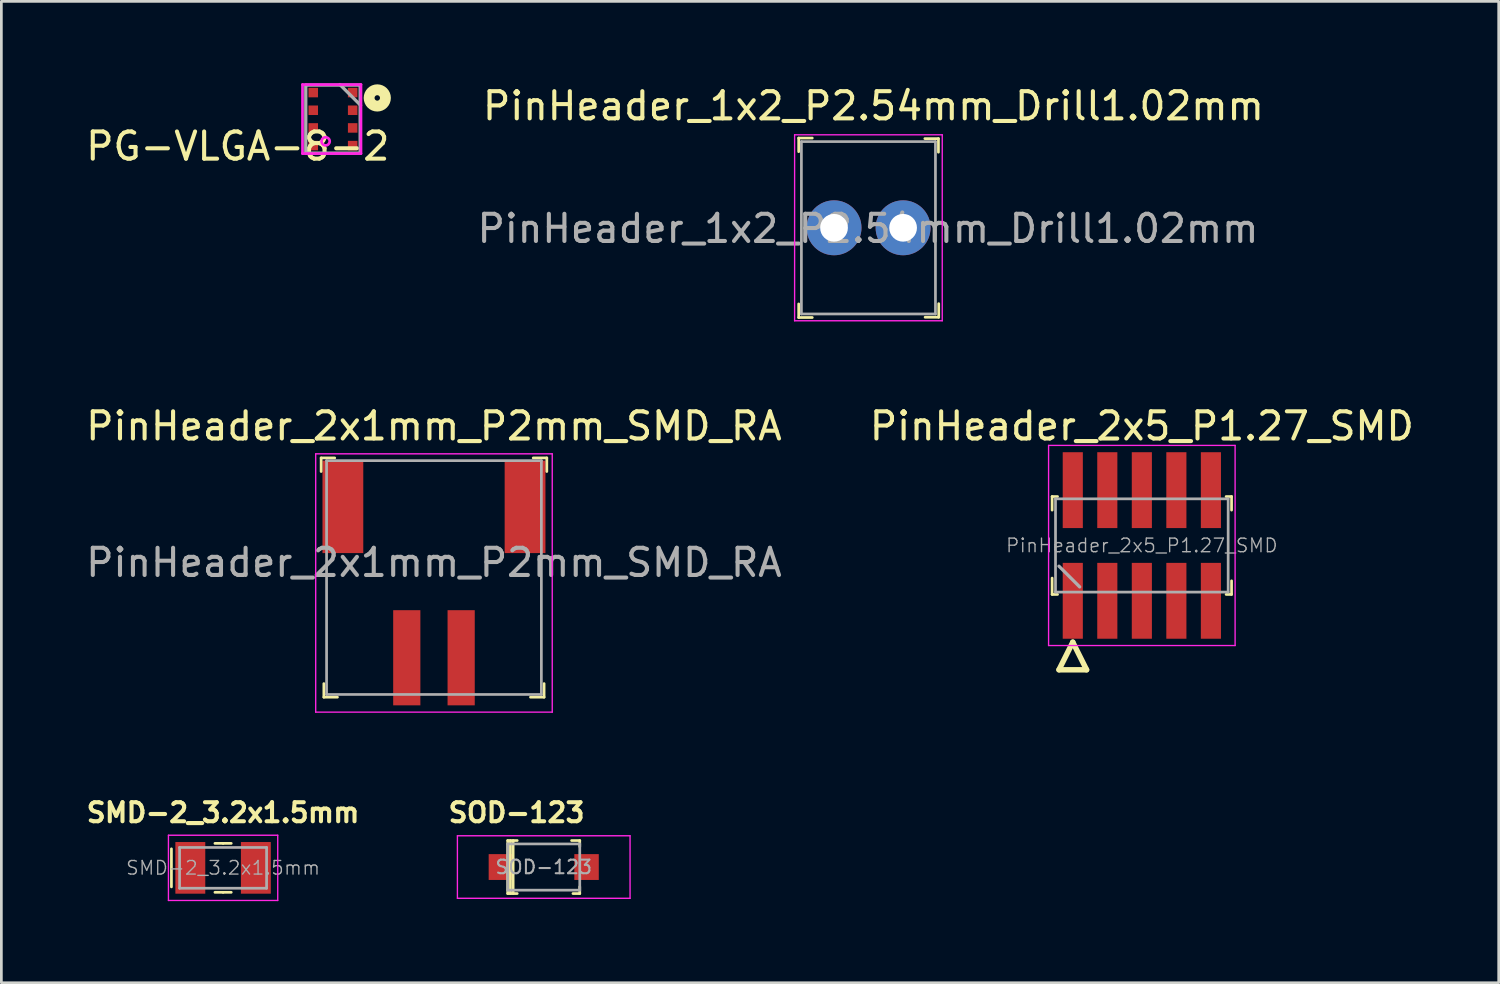
<source format=kicad_pcb>
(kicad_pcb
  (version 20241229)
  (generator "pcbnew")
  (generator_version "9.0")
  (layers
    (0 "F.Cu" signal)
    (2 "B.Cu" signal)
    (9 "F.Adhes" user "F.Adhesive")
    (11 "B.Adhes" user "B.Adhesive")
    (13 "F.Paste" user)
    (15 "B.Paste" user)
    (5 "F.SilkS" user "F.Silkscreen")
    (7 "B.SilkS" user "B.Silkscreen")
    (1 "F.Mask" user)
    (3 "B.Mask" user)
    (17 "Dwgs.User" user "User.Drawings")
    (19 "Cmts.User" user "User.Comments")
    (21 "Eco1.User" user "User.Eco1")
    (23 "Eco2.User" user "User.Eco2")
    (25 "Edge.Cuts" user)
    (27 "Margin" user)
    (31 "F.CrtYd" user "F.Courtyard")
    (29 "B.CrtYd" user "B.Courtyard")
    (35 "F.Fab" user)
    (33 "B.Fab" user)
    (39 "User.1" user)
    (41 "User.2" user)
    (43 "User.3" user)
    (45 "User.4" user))
  (footprint "PinHeader_2x1mm_P2mm_SMD_RA"
    (layer "F.Cu")
    (at 12.911 21.142)
    (property "Reference" "PinHeader_2x1mm_P2mm_SMD_RA" (at 0 -8.52 0) (layer "F.SilkS") (effects (font (size 1 1) (thickness 0.15))))
    (attr smd)
    (fp_line (start -4.15 -7.35) (end -4.15 -6.85) (stroke (width 0.1) (type solid)) (layer "F.SilkS"))
    (fp_line (start -4.15 -7.35) (end -3.65 -7.35) (stroke (width 0.1) (type solid)) (layer "F.SilkS"))
    (fp_line (start -4.05 1.45) (end -4.05 0.95) (stroke (width 0.1) (type solid)) (layer "F.SilkS"))
    (fp_line (start -4.05 1.45) (end -3.55 1.45) (stroke (width 0.1) (type solid)) (layer "F.SilkS"))
    (fp_line (start 4.05 1.45) (end 3.55 1.45) (stroke (width 0.1) (type solid)) (layer "F.SilkS"))
    (fp_line (start 4.05 1.45) (end 4.05 0.95) (stroke (width 0.1) (type solid)) (layer "F.SilkS"))
    (fp_line (start 4.15 -7.35) (end 3.65 -7.35) (stroke (width 0.1) (type solid)) (layer "F.SilkS"))
    (fp_line (start 4.15 -7.35) (end 4.15 -6.85) (stroke (width 0.1) (type solid)) (layer "F.SilkS"))
    (fp_line (start -4.35 -7.5) (end -4.35 2) (stroke (width 0.05) (type solid)) (layer "F.CrtYd"))
    (fp_line (start 4.35 -7.5) (end -4.35 -7.5) (stroke (width 0.05) (type solid)) (layer "F.CrtYd"))
    (fp_line (start 4.35 -7.5) (end 4.35 2) (stroke (width 0.05) (type solid)) (layer "F.CrtYd"))
    (fp_line (start 4.35 2) (end -4.35 2) (stroke (width 0.05) (type solid)) (layer "F.CrtYd"))
    (fp_line (start -3.95 -7.25) (end -3.95 1.35) (stroke (width 0.1) (type solid)) (layer "F.Fab"))
    (fp_line (start -3.95 -7.25) (end 3.95 -7.25) (stroke (width 0.1) (type solid)) (layer "F.Fab"))
    (fp_line (start -3.95 1.35) (end 3.95 1.35) (stroke (width 0.1) (type solid)) (layer "F.Fab"))
    (fp_line (start 3.95 -7.25) (end 3.95 1.35) (stroke (width 0.1) (type solid)) (layer "F.Fab"))
    (fp_text user "${REFERENCE}" (at 0 -3.5 0) (layer "F.Fab") (effects (font (size 1 1) (thickness 0.15))))
    (pad "" smd rect (at -3.35 -5.55) (size 1.5 3.4) (layers "F.Cu" "F.Mask" "F.Paste"))
    (pad "" smd rect (at 3.35 -5.55) (size 1.5 3.4) (layers "F.Cu" "F.Mask" "F.Paste"))
    (pad "1" smd rect (at -1 0) (size 1 3.5) (layers "F.Cu" "F.Mask" "F.Paste"))
    (pad "2" smd rect (at 1 0) (size 1 3.5) (layers "F.Cu" "F.Mask" "F.Paste")))
  (footprint "PinHeader_2x5_P1.27_SMD"
    (layer "F.Cu")
    (at 38.946 17.012)
    (property "Reference" "PinHeader_2x5_P1.27_SMD" (at 0 -4.39 0) (layer "F.SilkS") (effects (font (size 1 1) (thickness 0.15))))
    (attr smd)
    (fp_line (start -3.3 -1.8) (end -3.3 -1.3) (stroke (width 0.1) (type solid)) (layer "F.SilkS"))
    (fp_line (start -3.3 1.8) (end -3.3 1.2) (stroke (width 0.1) (type solid)) (layer "F.SilkS"))
    (fp_line (start -3.1 -1.8) (end -3.3 -1.8) (stroke (width 0.1) (type solid)) (layer "F.SilkS"))
    (fp_line (start -3.1 1.8) (end -3.3 1.8) (stroke (width 0.1) (type solid)) (layer "F.SilkS"))
    (fp_line (start -3.048 4.572) (end -2.032 4.572) (stroke (width 0.2) (type solid)) (layer "F.SilkS"))
    (fp_line (start -2.54 3.556) (end -3.048 4.572) (stroke (width 0.2) (type solid)) (layer "F.SilkS"))
    (fp_line (start -2.032 4.572) (end -2.54 3.556) (stroke (width 0.2) (type solid)) (layer "F.SilkS"))
    (fp_line (start 3.1 -1.8) (end 3.3 -1.8) (stroke (width 0.1) (type solid)) (layer "F.SilkS"))
    (fp_line (start 3.1 1.8) (end 3.3 1.8) (stroke (width 0.1) (type solid)) (layer "F.SilkS"))
    (fp_line (start 3.3 -1.8) (end 3.3 -1.3) (stroke (width 0.1) (type solid)) (layer "F.SilkS"))
    (fp_line (start 3.3 1.8) (end 3.3 1.3) (stroke (width 0.1) (type solid)) (layer "F.SilkS"))
    (fp_line (start -3.43 -3.68) (end -3.43 3.68) (stroke (width 0.05) (type solid)) (layer "F.CrtYd"))
    (fp_line (start 3.43 -3.68) (end -3.43 -3.68) (stroke (width 0.05) (type solid)) (layer "F.CrtYd"))
    (fp_line (start 3.43 -3.68) (end 3.43 3.68) (stroke (width 0.05) (type solid)) (layer "F.CrtYd"))
    (fp_line (start 3.43 3.68) (end -3.43 3.68) (stroke (width 0.05) (type solid)) (layer "F.CrtYd"))
    (fp_line (start -3.175 -1.715) (end -3.175 1.715) (stroke (width 0.1) (type solid)) (layer "F.Fab"))
    (fp_line (start -3.175 -1.715) (end 3.175 -1.715) (stroke (width 0.1) (type solid)) (layer "F.Fab"))
    (fp_line (start -3.175 1.715) (end 3.175 1.715) (stroke (width 0.1) (type solid)) (layer "F.Fab"))
    (fp_line (start -3.048 0.762) (end -2.286 1.524) (stroke (width 0.12) (type solid)) (layer "F.Fab"))
    (fp_line (start 3.175 -1.715) (end 3.175 1.715) (stroke (width 0.1) (type solid)) (layer "F.Fab"))
    (fp_text user "${REFERENCE}" (at 0 0 0) (layer "F.Fab") (effects (font (size 0.5 0.5) (thickness 0.05))))
    (pad "1" smd rect (at -2.54 2.035) (size 0.74 2.79) (layers "F.Cu" "F.Mask" "F.Paste"))
    (pad "2" smd rect (at -2.54 -2.035) (size 0.74 2.79) (layers "F.Cu" "F.Mask" "F.Paste"))
    (pad "3" smd rect (at -1.27 2.035) (size 0.74 2.79) (layers "F.Cu" "F.Mask" "F.Paste"))
    (pad "4" smd rect (at -1.27 -2.035) (size 0.74 2.79) (layers "F.Cu" "F.Mask" "F.Paste"))
    (pad "5" smd rect (at 0 2.035) (size 0.74 2.79) (layers "F.Cu" "F.Mask" "F.Paste"))
    (pad "6" smd rect (at 0 -2.035) (size 0.74 2.79) (layers "F.Cu" "F.Mask" "F.Paste"))
    (pad "7" smd rect (at 1.27 2.035) (size 0.74 2.79) (layers "F.Cu" "F.Mask" "F.Paste"))
    (pad "8" smd rect (at 1.27 -2.035) (size 0.74 2.79) (layers "F.Cu" "F.Mask" "F.Paste"))
    (pad "9" smd rect (at 2.54 2.035) (size 0.74 2.79) (layers "F.Cu" "F.Mask" "F.Paste"))
    (pad "10" smd rect (at 2.54 -2.035) (size 0.74 2.79) (layers "F.Cu" "F.Mask" "F.Paste")))
  (footprint "SOD-123"
    (layer "F.Cu")
    (at 16.948 28.839)
    (property "Reference" "SOD-123" (at -1 -2 0) (layer "F.SilkS") (effects (font (size 0.7 0.7) (thickness 0.15))))
    (attr smd)
    (fp_line (start -1.325 -0.975) (end -1.325 0.975) (stroke (width 0.1) (type solid)) (layer "F.SilkS"))
    (fp_line (start -1.225 -0.975) (end -1.225 0.975) (stroke (width 0.1) (type solid)) (layer "F.SilkS"))
    (fp_line (start -1.125 -0.975) (end -1.125 0.975) (stroke (width 0.1) (type solid)) (layer "F.SilkS"))
    (fp_line (start -0.975 -0.975) (end -1.325 -0.975) (stroke (width 0.1) (type solid)) (layer "F.SilkS"))
    (fp_line (start -0.975 0.975) (end -1.325 0.975) (stroke (width 0.1) (type solid)) (layer "F.SilkS"))
    (fp_line (start 1.025 -0.975) (end 1.325 -0.975) (stroke (width 0.1) (type solid)) (layer "F.SilkS"))
    (fp_line (start 1.325 -0.975) (end 1.325 -0.75) (stroke (width 0.1) (type solid)) (layer "F.SilkS"))
    (fp_line (start 1.325 0.725) (end 1.325 0.975) (stroke (width 0.1) (type solid)) (layer "F.SilkS"))
    (fp_line (start 1.325 0.975) (end 1.075 0.975) (stroke (width 0.1) (type solid)) (layer "F.SilkS"))
    (fp_line (start -3.175 1.15) (end -3.175 -1.15) (stroke (width 0.05) (type solid)) (layer "F.CrtYd"))
    (fp_line (start 3.175 -1.15) (end -3.175 -1.15) (stroke (width 0.05) (type solid)) (layer "F.CrtYd"))
    (fp_line (start 3.175 -1.15) (end 3.175 1.15) (stroke (width 0.05) (type solid)) (layer "F.CrtYd"))
    (fp_line (start 3.175 1.15) (end -3.175 1.15) (stroke (width 0.05) (type solid)) (layer "F.CrtYd"))
    (fp_line (start -1.325 -0.85) (end -1.325 0.85) (stroke (width 0.1) (type solid)) (layer "F.Fab"))
    (fp_line (start -1.325 -0.85) (end 1.325 -0.85) (stroke (width 0.1) (type solid)) (layer "F.Fab"))
    (fp_line (start -1.325 0.85) (end 1.325 0.85) (stroke (width 0.1) (type solid)) (layer "F.Fab"))
    (fp_line (start 1.325 -0.85) (end 1.325 0.85) (stroke (width 0.1) (type solid)) (layer "F.Fab"))
    (fp_text user "${REFERENCE}" (at 0 0 0) (layer "F.Fab") (effects (font (size 0.5 0.5) (thickness 0.075))))
    (pad "A" smd rect (at 1.575 0) (size 0.9 0.95) (layers "F.Cu" "F.Mask" "F.Paste"))
    (pad "K" smd rect (at -1.575 0) (size 0.9 0.95) (layers "F.Cu" "F.Mask" "F.Paste")))
  (footprint "PG-VLGA-8-2"
    (layer "F.Cu")
    (at 9.196 1.33)
    (property "Reference" "PG-VLGA-8-2" (at -3.5 1 0) (layer "F.SilkS") (effects (font (size 1 1) (thickness 0.15))))
    (attr smd)
    (fp_circle (center 1.63 -0.778) (end 1.73 -0.778) (stroke (width 0.4) (type solid)) (fill no) (layer "F.SilkS"))
    (fp_line (start -1.12 -1.27) (end 1.03 -1.27) (stroke (width 0.1) (type solid)) (layer "F.CrtYd"))
    (fp_line (start -1.12 1.268) (end -1.12 -1.27) (stroke (width 0.1) (type solid)) (layer "F.CrtYd"))
    (fp_line (start 1.03 -1.27) (end 1.03 1.268) (stroke (width 0.1) (type solid)) (layer "F.CrtYd"))
    (fp_line (start 1.03 1.268) (end -1.12 1.268) (stroke (width 0.1) (type solid)) (layer "F.CrtYd"))
    (fp_circle (center -0.27 0.818) (end -0.12 0.818) (stroke (width 0.1) (type solid)) (fill no) (layer "F.CrtYd"))
    (fp_line (start -1 -1.25) (end 1 -1.25) (stroke (width 0.12) (type solid)) (layer "F.Fab"))
    (fp_line (start -1 1.25) (end -1 -1.25) (stroke (width 0.12) (type solid)) (layer "F.Fab"))
    (fp_line (start 0.254 -1.27) (end 1.016 -0.508) (stroke (width 0.12) (type solid)) (layer "F.Fab"))
    (fp_line (start 1 -1.25) (end 1 1.25) (stroke (width 0.12) (type solid)) (layer "F.Fab"))
    (fp_line (start 1 1.25) (end -1 1.25) (stroke (width 0.12) (type solid)) (layer "F.Fab"))
    (pad "1" smd rect (at 0.725 -0.975) (size 0.35 0.35) (layers "F.Cu" "F.Mask" "F.Paste"))
    (pad "2" smd rect (at 0.725 -0.325) (size 0.35 0.35) (layers "F.Cu" "F.Mask" "F.Paste"))
    (pad "3" smd rect (at 0.725 0.325) (size 0.35 0.35) (layers "F.Cu" "F.Mask" "F.Paste"))
    (pad "4" smd rect (at 0.725 0.975) (size 0.35 0.35) (layers "F.Cu" "F.Mask" "F.Paste"))
    (pad "5" smd rect (at -0.725 0.975) (size 0.35 0.35) (layers "F.Cu" "F.Mask" "F.Paste"))
    (pad "6" smd rect (at -0.725 0.325) (size 0.35 0.35) (layers "F.Cu" "F.Mask" "F.Paste"))
    (pad "7" smd rect (at -0.725 -0.325) (size 0.35 0.35) (layers "F.Cu" "F.Mask" "F.Paste"))
    (pad "8" smd rect (at -0.725 -0.975) (size 0.35 0.35) (layers "F.Cu" "F.Mask" "F.Paste")))
  (footprint "PinHeader_1x2_P2.54mm_Drill1.02mm"
    (layer "F.Cu")
    (at 27.625 5.328)
    (property "Reference" "PinHeader_1x2_P2.54mm_Drill1.02mm" (at 1.45 -4.48 0) (layer "F.SilkS") (effects (font (size 1 1) (thickness 0.15))))
    (attr through_hole)
    (fp_line (start -1.3 -3.3) (end -1.3 -2.8) (stroke (width 0.1) (type solid)) (layer "F.SilkS"))
    (fp_line (start -1.3 -3.3) (end -0.8 -3.3) (stroke (width 0.1) (type solid)) (layer "F.SilkS"))
    (fp_line (start -1.3 3.3) (end -1.3 2.8) (stroke (width 0.1) (type solid)) (layer "F.SilkS"))
    (fp_line (start -1.3 3.3) (end -0.8 3.3) (stroke (width 0.1) (type solid)) (layer "F.SilkS"))
    (fp_line (start 3.84 -3.28) (end 3.34 -3.28) (stroke (width 0.1) (type solid)) (layer "F.SilkS"))
    (fp_line (start 3.84 -3.28) (end 3.84 -2.78) (stroke (width 0.1) (type solid)) (layer "F.SilkS"))
    (fp_line (start 3.85 3.29) (end 3.35 3.29) (stroke (width 0.1) (type solid)) (layer "F.SilkS"))
    (fp_line (start 3.85 3.29) (end 3.85 2.79) (stroke (width 0.1) (type solid)) (layer "F.SilkS"))
    (fp_line (start -1.45 -3.42) (end -1.45 3.42) (stroke (width 0.05) (type solid)) (layer "F.CrtYd"))
    (fp_line (start 3.98 -3.42) (end -1.45 -3.42) (stroke (width 0.05) (type solid)) (layer "F.CrtYd"))
    (fp_line (start 3.98 -3.42) (end 3.98 3.42) (stroke (width 0.05) (type solid)) (layer "F.CrtYd"))
    (fp_line (start 3.98 3.42) (end -1.45 3.42) (stroke (width 0.05) (type solid)) (layer "F.CrtYd"))
    (fp_line (start -1.2 -3.17) (end -1.2 3.17) (stroke (width 0.1) (type solid)) (layer "F.Fab"))
    (fp_line (start -1.2 -3.17) (end 3.73 -3.17) (stroke (width 0.1) (type solid)) (layer "F.Fab"))
    (fp_line (start -1.2 3.17) (end 3.73 3.17) (stroke (width 0.1) (type solid)) (layer "F.Fab"))
    (fp_line (start 3.73 -3.17) (end 3.73 3.17) (stroke (width 0.1) (type solid)) (layer "F.Fab"))
    (fp_text user "${REFERENCE}" (at 1.25 0.03 0) (layer "F.Fab") (effects (font (size 1 1) (thickness 0.15))))
    (pad "1" thru_hole circle (at 0 0) (size 2.02 2.02) (drill 1.02) (layers "*.Cu" "*.Mask"))
    (pad "2" thru_hole circle (at 2.54 0) (size 2.02 2.02) (drill 1.02) (layers "*.Cu" "*.Mask")))
  (footprint "SMD-2_3.2x1.5mm"
    (layer "F.Cu")
    (at 5.155 28.869)
    (property "Reference" "SMD-2_3.2x1.5mm" (at 0 -2.03 0) (layer "F.SilkS") (effects (font (size 0.7 0.7) (thickness 0.15))))
    (attr smd)
    (fp_line (start -1.9 -0.7) (end -1.9 0.7) (stroke (width 0.1) (type solid)) (layer "F.SilkS"))
    (fp_line (start 0 -0.9) (end -0.3 -0.9) (stroke (width 0.1) (type solid)) (layer "F.SilkS"))
    (fp_line (start 0 -0.9) (end 0.3 -0.9) (stroke (width 0.1) (type solid)) (layer "F.SilkS"))
    (fp_line (start 0 0.9) (end -0.3 0.9) (stroke (width 0.1) (type solid)) (layer "F.SilkS"))
    (fp_line (start 0 0.9) (end 0.3 0.9) (stroke (width 0.1) (type solid)) (layer "F.SilkS"))
    (fp_line (start -2.01 -1.2) (end 2.01 -1.2) (stroke (width 0.05) (type solid)) (layer "F.CrtYd"))
    (fp_line (start -2.01 1.2) (end -2.01 -1.2) (stroke (width 0.05) (type solid)) (layer "F.CrtYd"))
    (fp_line (start -2.01 1.2) (end 2.01 1.2) (stroke (width 0.05) (type solid)) (layer "F.CrtYd"))
    (fp_line (start 2.01 1.2) (end 2.01 -1.2) (stroke (width 0.05) (type solid)) (layer "F.CrtYd"))
    (fp_line (start -1.6 -0.75) (end 1.6 -0.75) (stroke (width 0.1) (type solid)) (layer "F.Fab"))
    (fp_line (start -1.6 0.75) (end -1.6 -0.75) (stroke (width 0.1) (type solid)) (layer "F.Fab"))
    (fp_line (start -1.6 0.75) (end 1.6 0.75) (stroke (width 0.1) (type solid)) (layer "F.Fab"))
    (fp_line (start 1.6 0.75) (end 1.6 -0.75) (stroke (width 0.1) (type solid)) (layer "F.Fab"))
    (fp_text user "${REFERENCE}" (at 0 0 0) (layer "F.Fab") (effects (font (size 0.5 0.5) (thickness 0.05))))
    (pad "1" smd rect (at -1.205 0) (size 1.1 1.9) (layers "F.Cu" "F.Mask" "F.Paste"))
    (pad "2" smd rect (at 1.205 0) (size 1.1 1.9) (layers "F.Cu" "F.Mask" "F.Paste")))
  (gr_rect
    (start -3 -3)
    (end 52.071 33.094)
    (stroke (width 0.1) (type default))
    (fill no)
    (layer "Edge.Cuts")))
</source>
